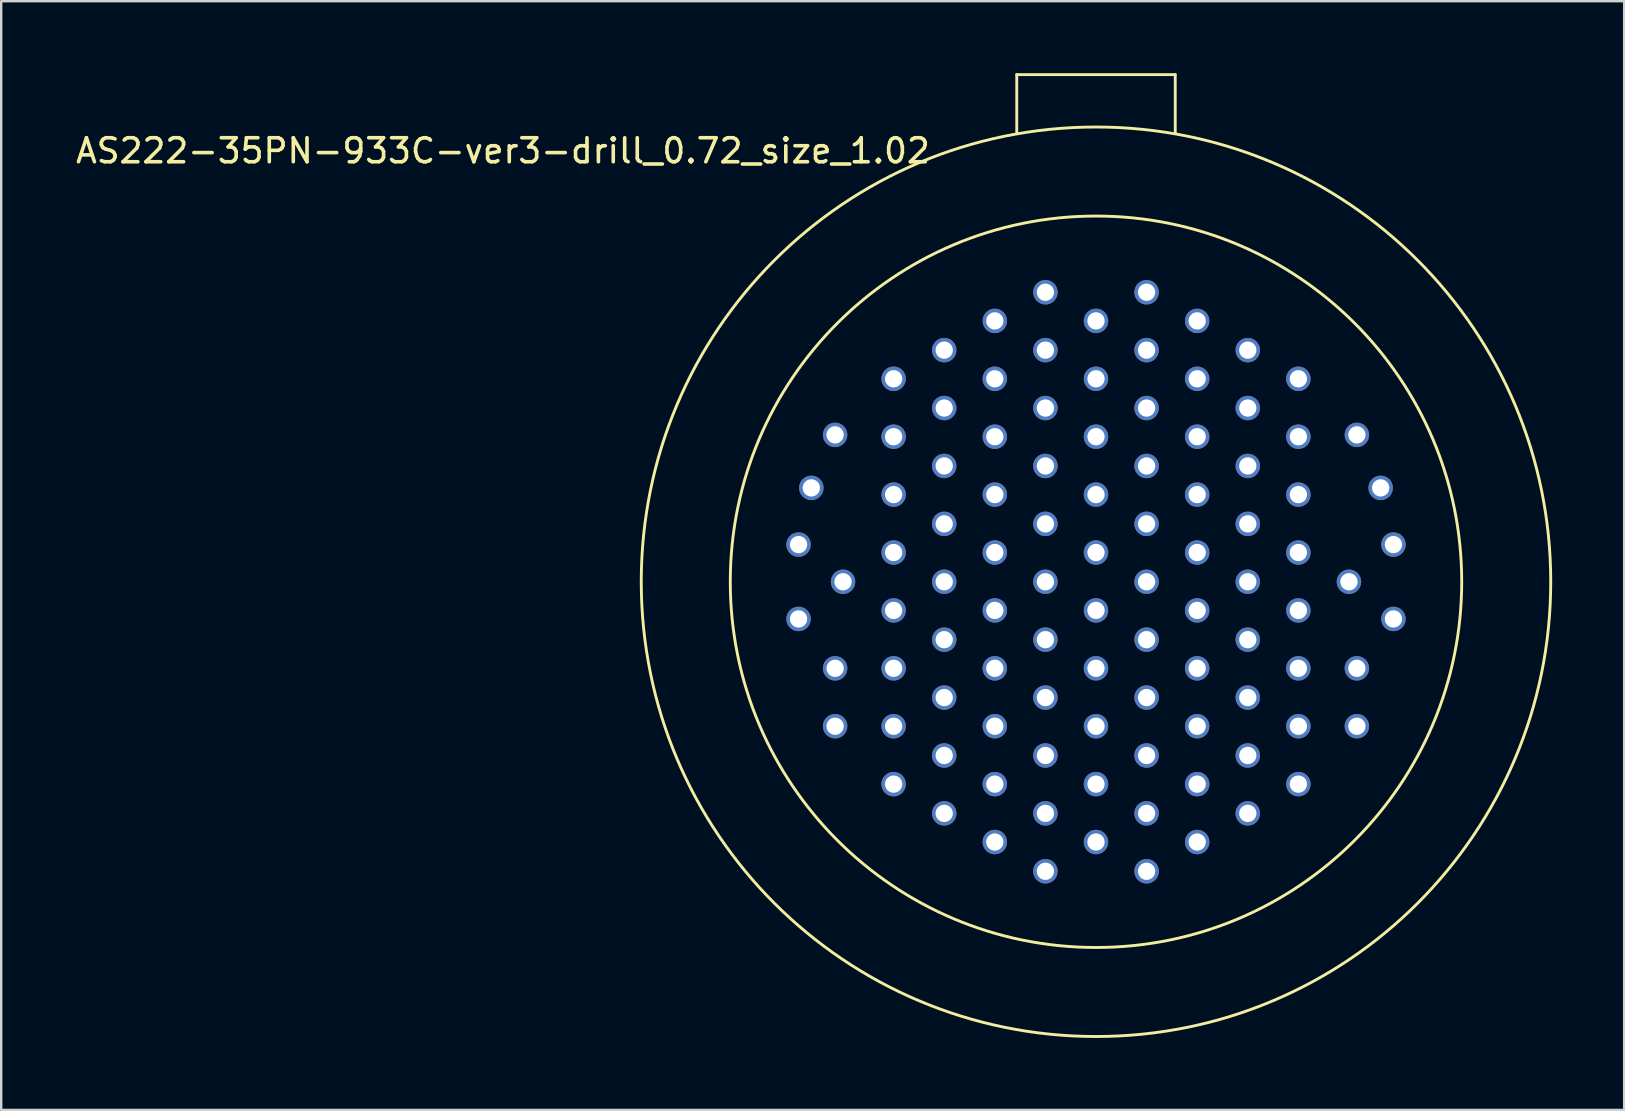
<source format=kicad_pcb>
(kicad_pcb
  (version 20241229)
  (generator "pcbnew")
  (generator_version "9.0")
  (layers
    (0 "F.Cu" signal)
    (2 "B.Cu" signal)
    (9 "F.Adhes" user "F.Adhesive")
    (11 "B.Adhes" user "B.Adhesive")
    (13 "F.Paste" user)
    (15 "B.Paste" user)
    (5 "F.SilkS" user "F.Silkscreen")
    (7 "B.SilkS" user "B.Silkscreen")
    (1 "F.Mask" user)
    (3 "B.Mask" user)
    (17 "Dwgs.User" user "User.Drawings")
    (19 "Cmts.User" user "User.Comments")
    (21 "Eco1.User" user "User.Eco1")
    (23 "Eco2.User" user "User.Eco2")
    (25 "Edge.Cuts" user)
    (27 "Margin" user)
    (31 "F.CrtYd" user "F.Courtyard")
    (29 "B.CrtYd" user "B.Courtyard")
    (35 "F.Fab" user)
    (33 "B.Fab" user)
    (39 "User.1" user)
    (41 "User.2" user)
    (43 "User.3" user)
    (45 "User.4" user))
  (footprint "AS222-35PN-933C-ver3-drill_0.72_size_1.02"
    (layer "F.Cu")
    (at 42.622 21.193)
    (property "Reference" "AS222-35PN-933C-ver3-drill_0.72_size_1.02" (at -24.712 -17.958 0) (layer "F.SilkS") (effects (font (size 1 1) (thickness 0.15))))
    (attr through_hole)
    (fp_line (start -3.302 -21.133) (end -3.302 -18.745) (stroke (width 0.12) (type solid)) (layer "F.SilkS"))
    (fp_line (start 3.302 -21.133) (end -3.302 -21.133) (stroke (width 0.12) (type solid)) (layer "F.SilkS"))
    (fp_line (start 3.302 -18.72) (end 3.302 -21.133) (stroke (width 0.12) (type solid)) (layer "F.SilkS"))
    (fp_circle (center 0 0) (end 15.24 0) (stroke (width 0.12) (type solid)) (fill no) (layer "F.SilkS"))
    (fp_circle (center 0 0) (end 18.95 0) (stroke (width 0.12) (type solid)) (fill no) (layer "F.SilkS"))
    (pad "2" thru_hole circle (at -11.862 -3.912) (size 1.02 1.02) (drill 0.72) (layers "*.Cu" "*.Mask"))
    (pad "3" thru_hole circle (at -12.395 -1.549) (size 1.02 1.02) (drill 0.72) (layers "*.Cu" "*.Mask"))
    (pad "4" thru_hole circle (at -10.541 0) (size 1.02 1.02) (drill 0.72) (layers "*.Cu" "*.Mask"))
    (pad "5" thru_hole circle (at -12.395 1.549) (size 1.02 1.02) (drill 0.72) (layers "*.Cu" "*.Mask"))
    (pad "6" thru_hole circle (at -10.871 3.607) (size 1.02 1.02) (drill 0.72) (layers "*.Cu" "*.Mask"))
    (pad "7" thru_hole circle (at -10.871 6.02) (size 1.02 1.02) (drill 0.72) (layers "*.Cu" "*.Mask"))
    (pad "8" thru_hole circle (at -8.433 -8.458) (size 1.02 1.02) (drill 0.72) (layers "*.Cu" "*.Mask"))
    (pad "9" thru_hole circle (at -8.433 -6.045) (size 1.02 1.02) (drill 0.72) (layers "*.Cu" "*.Mask"))
    (pad "10" thru_hole circle (at -8.433 -3.632) (size 1.02 1.02) (drill 0.72) (layers "*.Cu" "*.Mask"))
    (pad "11" thru_hole circle (at -8.433 -1.219) (size 1.02 1.02) (drill 0.72) (layers "*.Cu" "*.Mask"))
    (pad "12" thru_hole circle (at -8.433 1.194) (size 1.02 1.02) (drill 0.72) (layers "*.Cu" "*.Mask"))
    (pad "13" thru_hole circle (at -8.433 3.607) (size 1.02 1.02) (drill 0.72) (layers "*.Cu" "*.Mask"))
    (pad "14" thru_hole circle (at -8.433 6.02) (size 1.02 1.02) (drill 0.72) (layers "*.Cu" "*.Mask"))
    (pad "15" thru_hole circle (at -8.433 8.433) (size 1.02 1.02) (drill 0.72) (layers "*.Cu" "*.Mask"))
    (pad "16" thru_hole circle (at -6.325 -9.652) (size 1.02 1.02) (drill 0.72) (layers "*.Cu" "*.Mask"))
    (pad "17" thru_hole circle (at -6.325 -7.239) (size 1.02 1.02) (drill 0.72) (layers "*.Cu" "*.Mask"))
    (pad "18" thru_hole circle (at -6.325 -4.826) (size 1.02 1.02) (drill 0.72) (layers "*.Cu" "*.Mask"))
    (pad "19" thru_hole circle (at -6.325 -2.413) (size 1.02 1.02) (drill 0.72) (layers "*.Cu" "*.Mask"))
    (pad "20" thru_hole circle (at -6.325 0) (size 1.02 1.02) (drill 0.72) (layers "*.Cu" "*.Mask"))
    (pad "21" thru_hole circle (at -6.325 2.413) (size 1.02 1.02) (drill 0.72) (layers "*.Cu" "*.Mask"))
    (pad "22" thru_hole circle (at -6.325 4.826) (size 1.02 1.02) (drill 0.72) (layers "*.Cu" "*.Mask"))
    (pad "23" thru_hole circle (at -6.325 7.239) (size 1.02 1.02) (drill 0.72) (layers "*.Cu" "*.Mask"))
    (pad "24" thru_hole circle (at -6.325 9.652) (size 1.02 1.02) (drill 0.72) (layers "*.Cu" "*.Mask"))
    (pad "25" thru_hole circle (at -4.216 -10.871) (size 1.02 1.02) (drill 0.72) (layers "*.Cu" "*.Mask"))
    (pad "26" thru_hole circle (at -4.216 -8.458) (size 1.02 1.02) (drill 0.72) (layers "*.Cu" "*.Mask"))
    (pad "27" thru_hole circle (at -4.216 -6.045) (size 1.02 1.02) (drill 0.72) (layers "*.Cu" "*.Mask"))
    (pad "28" thru_hole circle (at -4.216 -3.632) (size 1.02 1.02) (drill 0.72) (layers "*.Cu" "*.Mask"))
    (pad "29" thru_hole circle (at -4.216 -1.219) (size 1.02 1.02) (drill 0.72) (layers "*.Cu" "*.Mask"))
    (pad "30" thru_hole circle (at -4.216 1.194) (size 1.02 1.02) (drill 0.72) (layers "*.Cu" "*.Mask"))
    (pad "31" thru_hole circle (at -4.216 3.607) (size 1.02 1.02) (drill 0.72) (layers "*.Cu" "*.Mask"))
    (pad "32" thru_hole circle (at -4.216 6.02) (size 1.02 1.02) (drill 0.72) (layers "*.Cu" "*.Mask"))
    (pad "33" thru_hole circle (at -4.216 8.433) (size 1.02 1.02) (drill 0.72) (layers "*.Cu" "*.Mask"))
    (pad "34" thru_hole circle (at -4.216 10.846) (size 1.02 1.02) (drill 0.72) (layers "*.Cu" "*.Mask"))
    (pad "35" thru_hole circle (at -2.108 -12.065) (size 1.02 1.02) (drill 0.72) (layers "*.Cu" "*.Mask"))
    (pad "36" thru_hole circle (at -2.108 -9.652) (size 1.02 1.02) (drill 0.72) (layers "*.Cu" "*.Mask"))
    (pad "37" thru_hole circle (at -2.108 -7.239) (size 1.02 1.02) (drill 0.72) (layers "*.Cu" "*.Mask"))
    (pad "38" thru_hole circle (at -2.108 -4.826) (size 1.02 1.02) (drill 0.72) (layers "*.Cu" "*.Mask"))
    (pad "39" thru_hole circle (at -2.108 -2.413) (size 1.02 1.02) (drill 0.72) (layers "*.Cu" "*.Mask"))
    (pad "40" thru_hole circle (at -2.108 0) (size 1.02 1.02) (drill 0.72) (layers "*.Cu" "*.Mask"))
    (pad "41" thru_hole circle (at -2.108 2.413) (size 1.02 1.02) (drill 0.72) (layers "*.Cu" "*.Mask"))
    (pad "42" thru_hole circle (at -2.108 4.826) (size 1.02 1.02) (drill 0.72) (layers "*.Cu" "*.Mask"))
    (pad "43" thru_hole circle (at -2.108 7.239) (size 1.02 1.02) (drill 0.72) (layers "*.Cu" "*.Mask"))
    (pad "44" thru_hole circle (at -2.108 9.652) (size 1.02 1.02) (drill 0.72) (layers "*.Cu" "*.Mask"))
    (pad "45" thru_hole circle (at -2.108 12.065) (size 1.02 1.02) (drill 0.72) (layers "*.Cu" "*.Mask"))
    (pad "46" thru_hole circle (at 0 -10.871) (size 1.02 1.02) (drill 0.72) (layers "*.Cu" "*.Mask"))
    (pad "47" thru_hole circle (at 0 -8.458) (size 1.02 1.02) (drill 0.72) (layers "*.Cu" "*.Mask"))
    (pad "48" thru_hole circle (at 0 -6.045) (size 1.02 1.02) (drill 0.72) (layers "*.Cu" "*.Mask"))
    (pad "49" thru_hole circle (at 0 -3.632) (size 1.02 1.02) (drill 0.72) (layers "*.Cu" "*.Mask"))
    (pad "50" thru_hole circle (at 0 -1.219) (size 1.02 1.02) (drill 0.72) (layers "*.Cu" "*.Mask"))
    (pad "51" thru_hole circle (at 0 1.194) (size 1.02 1.02) (drill 0.72) (layers "*.Cu" "*.Mask"))
    (pad "52" thru_hole circle (at 0 3.607) (size 1.02 1.02) (drill 0.72) (layers "*.Cu" "*.Mask"))
    (pad "53" thru_hole circle (at 0 6.02) (size 1.02 1.02) (drill 0.72) (layers "*.Cu" "*.Mask"))
    (pad "54" thru_hole circle (at 0 8.433) (size 1.02 1.02) (drill 0.72) (layers "*.Cu" "*.Mask"))
    (pad "55" thru_hole circle (at 0 10.846) (size 1.02 1.02) (drill 0.72) (layers "*.Cu" "*.Mask"))
    (pad "56" thru_hole circle (at 2.108 -12.065) (size 1.02 1.02) (drill 0.72) (layers "*.Cu" "*.Mask"))
    (pad "57" thru_hole circle (at 2.108 -9.652) (size 1.02 1.02) (drill 0.72) (layers "*.Cu" "*.Mask"))
    (pad "58" thru_hole circle (at 2.108 -7.239) (size 1.02 1.02) (drill 0.72) (layers "*.Cu" "*.Mask"))
    (pad "59" thru_hole circle (at 2.108 -4.826) (size 1.02 1.02) (drill 0.72) (layers "*.Cu" "*.Mask"))
    (pad "60" thru_hole circle (at 2.108 -2.413) (size 1.02 1.02) (drill 0.72) (layers "*.Cu" "*.Mask"))
    (pad "61" thru_hole circle (at 2.108 0) (size 1.02 1.02) (drill 0.72) (layers "*.Cu" "*.Mask"))
    (pad "62" thru_hole circle (at 2.108 2.413) (size 1.02 1.02) (drill 0.72) (layers "*.Cu" "*.Mask"))
    (pad "63" thru_hole circle (at 2.108 4.826) (size 1.02 1.02) (drill 0.72) (layers "*.Cu" "*.Mask"))
    (pad "64" thru_hole circle (at 2.108 7.239) (size 1.02 1.02) (drill 0.72) (layers "*.Cu" "*.Mask"))
    (pad "65" thru_hole circle (at 2.108 9.652) (size 1.02 1.02) (drill 0.72) (layers "*.Cu" "*.Mask"))
    (pad "66" thru_hole circle (at 2.108 12.065) (size 1.02 1.02) (drill 0.72) (layers "*.Cu" "*.Mask"))
    (pad "67" thru_hole circle (at 4.216 -10.871) (size 1.02 1.02) (drill 0.72) (layers "*.Cu" "*.Mask"))
    (pad "68" thru_hole circle (at 4.216 -8.458) (size 1.02 1.02) (drill 0.72) (layers "*.Cu" "*.Mask"))
    (pad "69" thru_hole circle (at 4.216 -6.045) (size 1.02 1.02) (drill 0.72) (layers "*.Cu" "*.Mask"))
    (pad "70" thru_hole circle (at 4.216 -3.632) (size 1.02 1.02) (drill 0.72) (layers "*.Cu" "*.Mask"))
    (pad "71" thru_hole circle (at 4.216 -1.219) (size 1.02 1.02) (drill 0.72) (layers "*.Cu" "*.Mask"))
    (pad "72" thru_hole circle (at 4.216 1.194) (size 1.02 1.02) (drill 0.72) (layers "*.Cu" "*.Mask"))
    (pad "73" thru_hole circle (at 4.216 3.607) (size 1.02 1.02) (drill 0.72) (layers "*.Cu" "*.Mask"))
    (pad "74" thru_hole circle (at 4.216 6.02) (size 1.02 1.02) (drill 0.72) (layers "*.Cu" "*.Mask"))
    (pad "75" thru_hole circle (at 4.216 8.433) (size 1.02 1.02) (drill 0.72) (layers "*.Cu" "*.Mask"))
    (pad "76" thru_hole circle (at 4.216 10.846) (size 1.02 1.02) (drill 0.72) (layers "*.Cu" "*.Mask"))
    (pad "77" thru_hole circle (at 6.325 -9.652) (size 1.02 1.02) (drill 0.72) (layers "*.Cu" "*.Mask"))
    (pad "78" thru_hole circle (at 6.325 -7.239) (size 1.02 1.02) (drill 0.72) (layers "*.Cu" "*.Mask"))
    (pad "79" thru_hole circle (at 6.325 -4.826) (size 1.02 1.02) (drill 0.72) (layers "*.Cu" "*.Mask"))
    (pad "80" thru_hole circle (at 6.325 -2.413) (size 1.02 1.02) (drill 0.72) (layers "*.Cu" "*.Mask"))
    (pad "81" thru_hole circle (at 6.325 0) (size 1.02 1.02) (drill 0.72) (layers "*.Cu" "*.Mask"))
    (pad "82" thru_hole circle (at 6.325 2.413) (size 1.02 1.02) (drill 0.72) (layers "*.Cu" "*.Mask"))
    (pad "83" thru_hole circle (at 6.325 4.826) (size 1.02 1.02) (drill 0.72) (layers "*.Cu" "*.Mask"))
    (pad "84" thru_hole circle (at 6.325 7.239) (size 1.02 1.02) (drill 0.72) (layers "*.Cu" "*.Mask"))
    (pad "85" thru_hole circle (at 6.325 9.652) (size 1.02 1.02) (drill 0.72) (layers "*.Cu" "*.Mask"))
    (pad "86" thru_hole circle (at 8.433 -8.458) (size 1.02 1.02) (drill 0.72) (layers "*.Cu" "*.Mask"))
    (pad "87" thru_hole circle (at 8.433 -6.045) (size 1.02 1.02) (drill 0.72) (layers "*.Cu" "*.Mask"))
    (pad "88" thru_hole circle (at 8.433 -3.632) (size 1.02 1.02) (drill 0.72) (layers "*.Cu" "*.Mask"))
    (pad "89" thru_hole circle (at 8.433 -1.219) (size 1.02 1.02) (drill 0.72) (layers "*.Cu" "*.Mask"))
    (pad "90" thru_hole circle (at 8.433 1.194) (size 1.02 1.02) (drill 0.72) (layers "*.Cu" "*.Mask"))
    (pad "91" thru_hole circle (at 8.433 3.607) (size 1.02 1.02) (drill 0.72) (layers "*.Cu" "*.Mask"))
    (pad "92" thru_hole circle (at 8.433 6.02) (size 1.02 1.02) (drill 0.72) (layers "*.Cu" "*.Mask"))
    (pad "93" thru_hole circle (at 8.433 8.433) (size 1.02 1.02) (drill 0.72) (layers "*.Cu" "*.Mask"))
    (pad "94" thru_hole circle (at 10.871 -6.121) (size 1.02 1.02) (drill 0.72) (layers "*.Cu" "*.Mask"))
    (pad "95" thru_hole circle (at 11.862 -3.912) (size 1.02 1.02) (drill 0.72) (layers "*.Cu" "*.Mask"))
    (pad "96" thru_hole circle (at 12.395 -1.549) (size 1.02 1.02) (drill 0.72) (layers "*.Cu" "*.Mask"))
    (pad "97" thru_hole circle (at 10.541 0) (size 1.02 1.02) (drill 0.72) (layers "*.Cu" "*.Mask"))
    (pad "98" thru_hole circle (at 12.395 1.549) (size 1.02 1.02) (drill 0.72) (layers "*.Cu" "*.Mask"))
    (pad "99" thru_hole circle (at 10.871 3.607) (size 1.02 1.02) (drill 0.72) (layers "*.Cu" "*.Mask"))
    (pad "100" thru_hole circle (at 10.871 6.02) (size 1.02 1.02) (drill 0.72) (layers "*.Cu" "*.Mask"))
    (pad "﻿1" thru_hole circle (at -10.871 -6.121) (size 1.02 1.02) (drill 0.72) (layers "*.Cu" "*.Mask")))
  (gr_rect
    (start -3 -3)
    (end 64.632 43.203)
    (stroke (width 0.1) (type default))
    (fill no)
    (layer "Edge.Cuts")))
</source>
